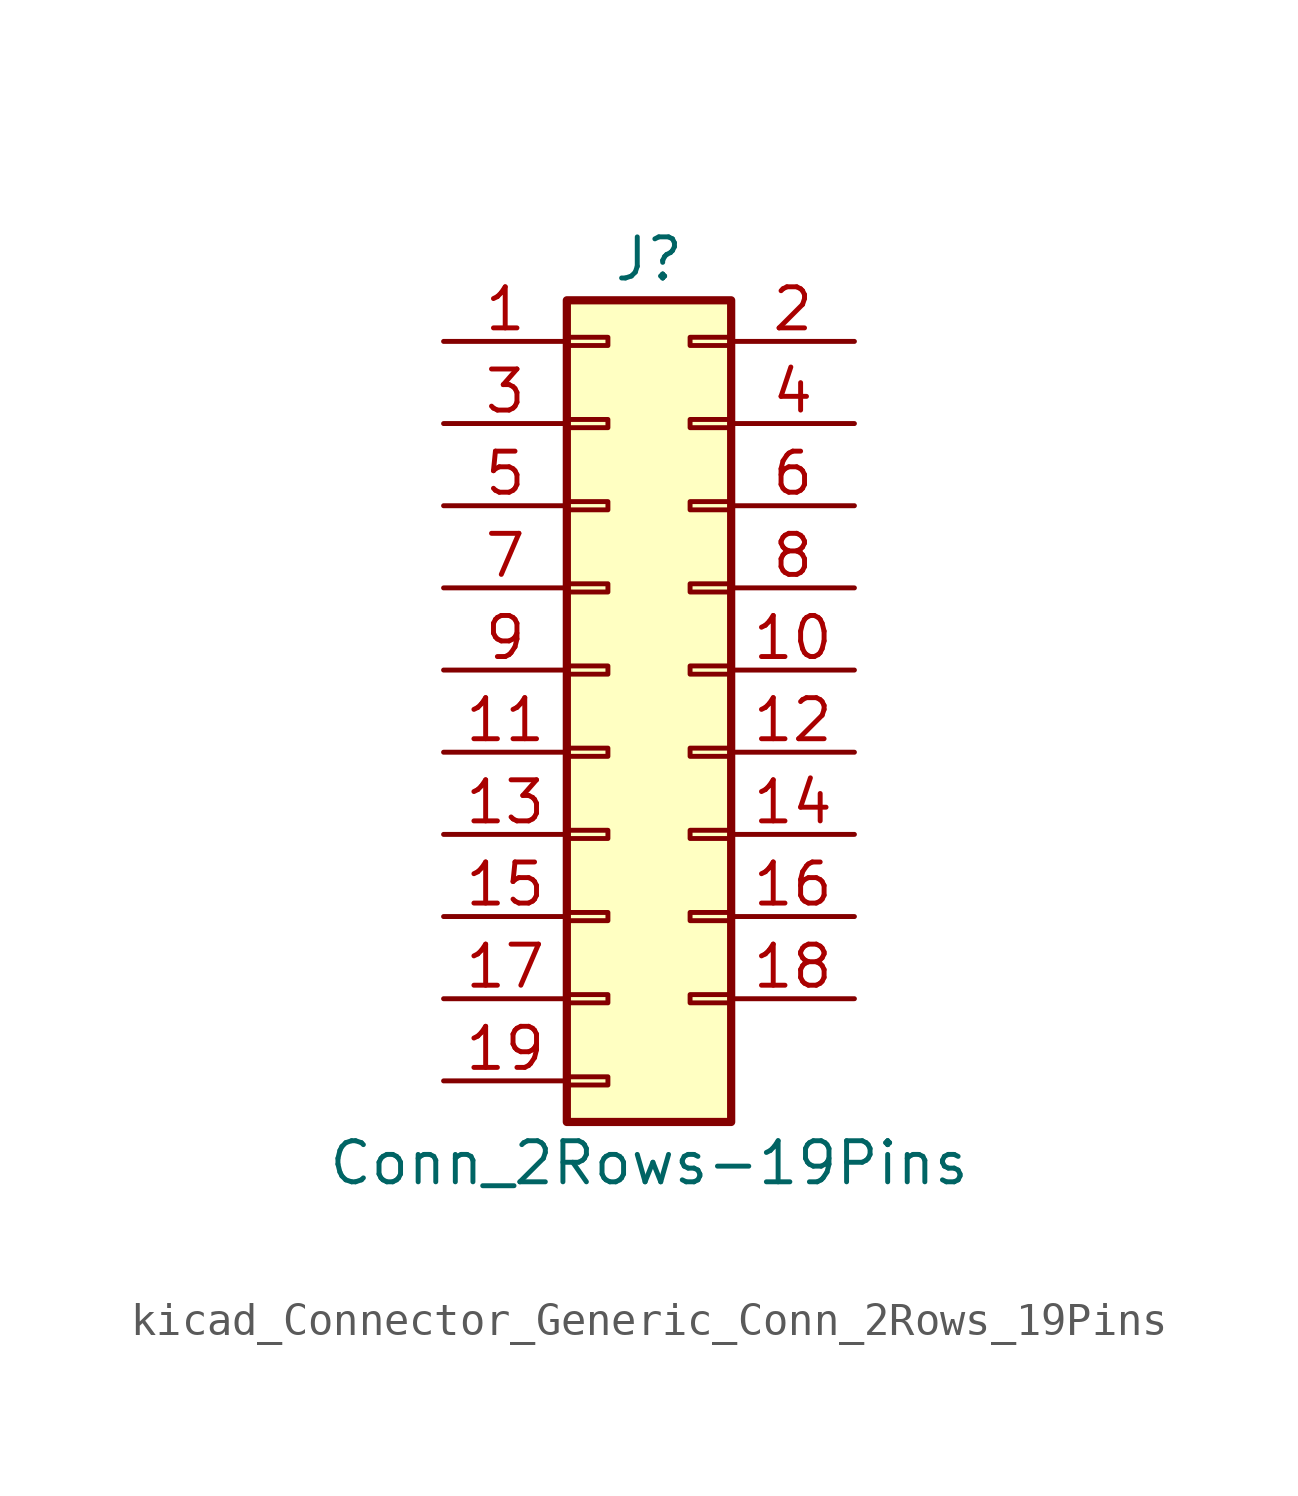
<source format=kicad_sym>
(kicad_symbol_lib
  (version 20220914)
  (generator kicad_symbol_editor)
  (symbol "kicad_Connector_Generic_Conn_2Rows_19Pins"
    (pin_names
      (offset 1.016) hide)
    (property "Reference" "J"
      (at 1.27 12.7 0)
      (effects (font (size 1.27 1.27))))
    (property "Value" "Conn_2Rows-19Pins"
      (at 1.27 -15.24 0)
      (effects (font (size 1.27 1.27))))
    (symbol "kicad_Connector_Generic_Conn_2Rows_19Pins_1_1"
      (rectangle (start -1.27 -12.573) (end 0 -12.827) (stroke (width 0.152) (type default)) (fill (type none)))
      (rectangle (start -1.27 -10.033) (end 0 -10.287) (stroke (width 0.152) (type default)) (fill (type none)))
      (rectangle (start -1.27 -7.493) (end 0 -7.747) (stroke (width 0.152) (type default)) (fill (type none)))
      (rectangle (start -1.27 -4.953) (end 0 -5.207) (stroke (width 0.152) (type default)) (fill (type none)))
      (rectangle (start -1.27 -2.413) (end 0 -2.667) (stroke (width 0.152) (type default)) (fill (type none)))
      (rectangle (start -1.27 0.127) (end 0 -0.127) (stroke (width 0.152) (type default)) (fill (type none)))
      (rectangle (start -1.27 2.667) (end 0 2.413) (stroke (width 0.152) (type default)) (fill (type none)))
      (rectangle (start -1.27 5.207) (end 0 4.953) (stroke (width 0.152) (type default)) (fill (type none)))
      (rectangle (start -1.27 7.747) (end 0 7.493) (stroke (width 0.152) (type default)) (fill (type none)))
      (rectangle (start -1.27 10.287) (end 0 10.033) (stroke (width 0.152) (type default)) (fill (type none)))
      (rectangle (start -1.27 11.43) (end 3.81 -13.97) (stroke (width 0.254) (type default)) (fill (type background)))
      (rectangle (start 3.81 -10.033) (end 2.54 -10.287) (stroke (width 0.152) (type default)) (fill (type none)))
      (rectangle (start 3.81 -7.493) (end 2.54 -7.747) (stroke (width 0.152) (type default)) (fill (type none)))
      (rectangle (start 3.81 -4.953) (end 2.54 -5.207) (stroke (width 0.152) (type default)) (fill (type none)))
      (rectangle (start 3.81 -2.413) (end 2.54 -2.667) (stroke (width 0.152) (type default)) (fill (type none)))
      (rectangle (start 3.81 0.127) (end 2.54 -0.127) (stroke (width 0.152) (type default)) (fill (type none)))
      (rectangle (start 3.81 2.667) (end 2.54 2.413) (stroke (width 0.152) (type default)) (fill (type none)))
      (rectangle (start 3.81 5.207) (end 2.54 4.953) (stroke (width 0.152) (type default)) (fill (type none)))
      (rectangle (start 3.81 7.747) (end 2.54 7.493) (stroke (width 0.152) (type default)) (fill (type none)))
      (rectangle (start 3.81 10.287) (end 2.54 10.033) (stroke (width 0.152) (type default)) (fill (type none)))
      (pin passive line (at -5.08 10.16 0) (length 3.81) (name "Pin_1" (effects (font (size 1.27 1.27)))) (number "1" (effects (font (size 1.27 1.27)))))
      (pin passive line (at 7.62 0 180) (length 3.81) (name "Pin_10" (effects (font (size 1.27 1.27)))) (number "10" (effects (font (size 1.27 1.27)))))
      (pin passive line (at -5.08 -2.54 0) (length 3.81) (name "Pin_11" (effects (font (size 1.27 1.27)))) (number "11" (effects (font (size 1.27 1.27)))))
      (pin passive line (at 7.62 -2.54 180) (length 3.81) (name "Pin_12" (effects (font (size 1.27 1.27)))) (number "12" (effects (font (size 1.27 1.27)))))
      (pin passive line (at -5.08 -5.08 0) (length 3.81) (name "Pin_13" (effects (font (size 1.27 1.27)))) (number "13" (effects (font (size 1.27 1.27)))))
      (pin passive line (at 7.62 -5.08 180) (length 3.81) (name "Pin_14" (effects (font (size 1.27 1.27)))) (number "14" (effects (font (size 1.27 1.27)))))
      (pin passive line (at -5.08 -7.62 0) (length 3.81) (name "Pin_15" (effects (font (size 1.27 1.27)))) (number "15" (effects (font (size 1.27 1.27)))))
      (pin passive line (at 7.62 -7.62 180) (length 3.81) (name "Pin_16" (effects (font (size 1.27 1.27)))) (number "16" (effects (font (size 1.27 1.27)))))
      (pin passive line (at -5.08 -10.16 0) (length 3.81) (name "Pin_17" (effects (font (size 1.27 1.27)))) (number "17" (effects (font (size 1.27 1.27)))))
      (pin passive line (at 7.62 -10.16 180) (length 3.81) (name "Pin_18" (effects (font (size 1.27 1.27)))) (number "18" (effects (font (size 1.27 1.27)))))
      (pin passive line (at -5.08 -12.7 0) (length 3.81) (name "Pin_19" (effects (font (size 1.27 1.27)))) (number "19" (effects (font (size 1.27 1.27)))))
      (pin passive line (at 7.62 10.16 180) (length 3.81) (name "Pin_2" (effects (font (size 1.27 1.27)))) (number "2" (effects (font (size 1.27 1.27)))))
      (pin passive line (at -5.08 7.62 0) (length 3.81) (name "Pin_3" (effects (font (size 1.27 1.27)))) (number "3" (effects (font (size 1.27 1.27)))))
      (pin passive line (at 7.62 7.62 180) (length 3.81) (name "Pin_4" (effects (font (size 1.27 1.27)))) (number "4" (effects (font (size 1.27 1.27)))))
      (pin passive line (at -5.08 5.08 0) (length 3.81) (name "Pin_5" (effects (font (size 1.27 1.27)))) (number "5" (effects (font (size 1.27 1.27)))))
      (pin passive line (at 7.62 5.08 180) (length 3.81) (name "Pin_6" (effects (font (size 1.27 1.27)))) (number "6" (effects (font (size 1.27 1.27)))))
      (pin passive line (at -5.08 2.54 0) (length 3.81) (name "Pin_7" (effects (font (size 1.27 1.27)))) (number "7" (effects (font (size 1.27 1.27)))))
      (pin passive line (at 7.62 2.54 180) (length 3.81) (name "Pin_8" (effects (font (size 1.27 1.27)))) (number "8" (effects (font (size 1.27 1.27)))))
      (pin passive line (at -5.08 0 0) (length 3.81) (name "Pin_9" (effects (font (size 1.27 1.27)))) (number "9" (effects (font (size 1.27 1.27))))))))
</source>
